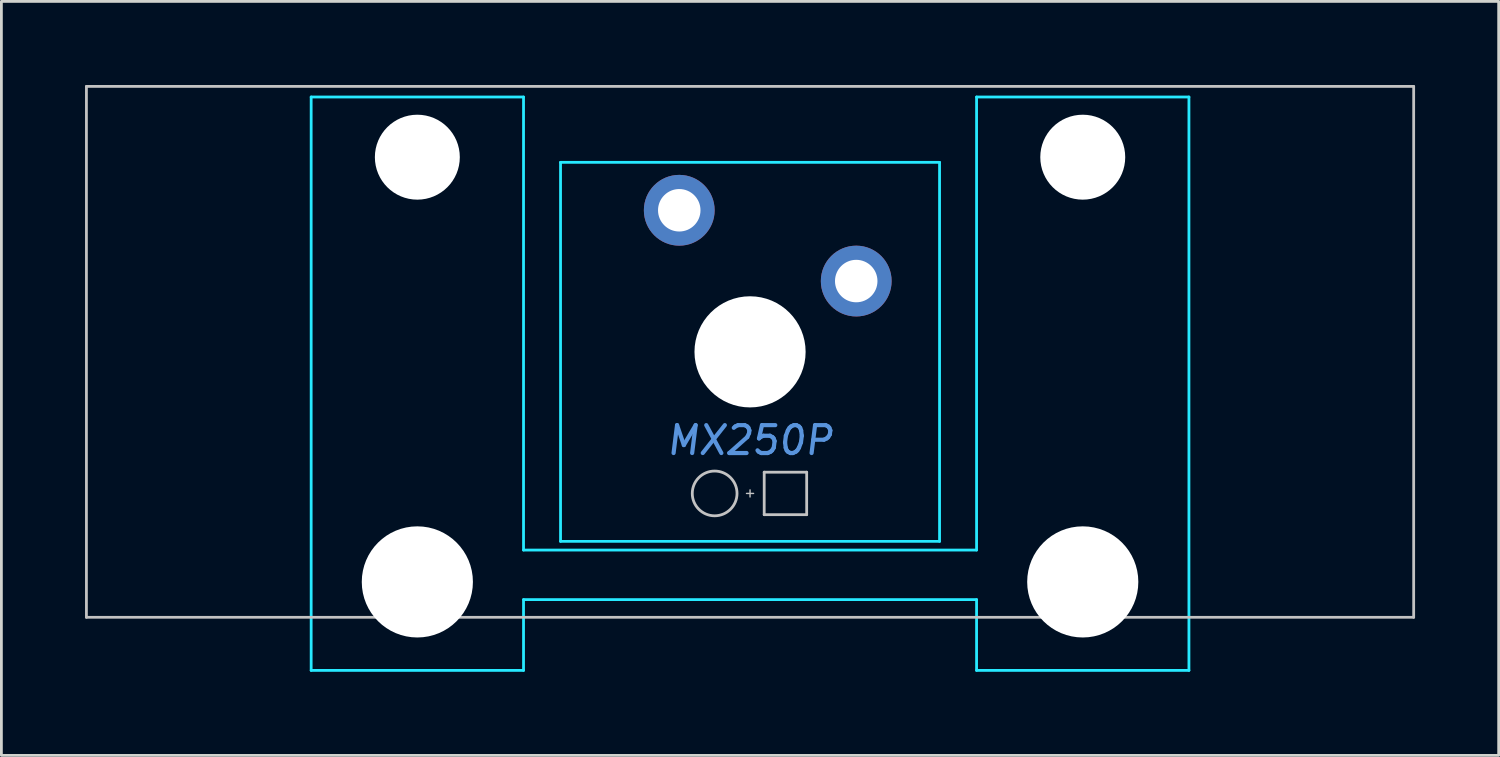
<source format=kicad_pcb>
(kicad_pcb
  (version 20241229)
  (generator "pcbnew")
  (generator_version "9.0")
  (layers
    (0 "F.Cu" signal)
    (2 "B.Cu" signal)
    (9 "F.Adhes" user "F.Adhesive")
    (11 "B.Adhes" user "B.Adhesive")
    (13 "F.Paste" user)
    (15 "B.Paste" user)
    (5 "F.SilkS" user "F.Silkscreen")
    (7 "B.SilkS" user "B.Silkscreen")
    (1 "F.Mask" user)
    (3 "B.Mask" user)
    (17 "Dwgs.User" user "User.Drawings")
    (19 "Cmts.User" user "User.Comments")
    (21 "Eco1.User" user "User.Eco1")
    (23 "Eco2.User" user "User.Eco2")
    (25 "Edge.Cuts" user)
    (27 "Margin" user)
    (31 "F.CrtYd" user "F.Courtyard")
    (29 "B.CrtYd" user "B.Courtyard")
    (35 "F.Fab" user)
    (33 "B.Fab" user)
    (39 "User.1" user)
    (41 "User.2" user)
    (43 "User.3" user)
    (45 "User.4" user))
  (footprint "MX250P"
    (layer "F.Cu")
    (at 23.863 9.575)
    (property "Reference" "MX250P" (at 0 3.175 0) (layer "Cmts.User") (effects (font (size 1 1) (thickness 0.15) (italic yes))))
    (attr through_hole)
    (fp_line (start -23.812 -9.525) (end -23.812 9.525) (stroke (width 0.1) (type solid)) (layer "Dwgs.User"))
    (fp_line (start -23.812 -9.525) (end 23.812 -9.525) (stroke (width 0.1) (type solid)) (layer "Dwgs.User"))
    (fp_line (start -23.812 9.525) (end 23.812 9.525) (stroke (width 0.1) (type solid)) (layer "Dwgs.User"))
    (fp_line (start -0.127 5.08) (end 0.127 5.08) (stroke (width 0.05) (type solid)) (layer "Dwgs.User"))
    (fp_line (start 0 5.207) (end 0 4.953) (stroke (width 0.05) (type solid)) (layer "Dwgs.User"))
    (fp_line (start 0.508 4.318) (end 0.508 5.842) (stroke (width 0.1) (type solid)) (layer "Dwgs.User"))
    (fp_line (start 0.508 4.318) (end 2.032 4.318) (stroke (width 0.1) (type solid)) (layer "Dwgs.User"))
    (fp_line (start 0.508 5.842) (end 2.032 5.842) (stroke (width 0.1) (type solid)) (layer "Dwgs.User"))
    (fp_line (start 2.032 5.842) (end 2.032 4.318) (stroke (width 0.1) (type solid)) (layer "Dwgs.User"))
    (fp_line (start 23.812 -9.525) (end 23.812 9.525) (stroke (width 0.1) (type solid)) (layer "Dwgs.User"))
    (fp_circle (center -1.27 5.08) (end -0.467 5.08) (stroke (width 0.1) (type solid)) (fill no) (layer "Dwgs.User"))
    (fp_line (start -17.17 -0.889) (end -17.17 -2.921) (stroke (width 0.1) (type solid)) (layer "Eco1.User"))
    (fp_line (start -16.789 -3.302) (end -16.535 -3.302) (stroke (width 0.1) (type solid)) (layer "Eco1.User"))
    (fp_line (start -16.535 -0.508) (end -16.789 -0.508) (stroke (width 0.1) (type solid)) (layer "Eco1.User"))
    (fp_line (start -16.154 -3.683) (end -16.154 -5.309) (stroke (width 0.1) (type solid)) (layer "Eco1.User"))
    (fp_line (start -16.154 6.223) (end -16.154 -0.127) (stroke (width 0.1) (type solid)) (layer "Eco1.User"))
    (fp_line (start -15.773 -5.69) (end -9.881 -5.69) (stroke (width 0.1) (type solid)) (layer "Eco1.User"))
    (fp_line (start -14.732 6.604) (end -15.773 6.604) (stroke (width 0.1) (type solid)) (layer "Eco1.User"))
    (fp_line (start -14.351 7.391) (end -14.351 6.985) (stroke (width 0.1) (type solid)) (layer "Eco1.User"))
    (fp_line (start -11.684 7.772) (end -13.97 7.772) (stroke (width 0.1) (type solid)) (layer "Eco1.User"))
    (fp_line (start -11.303 6.985) (end -11.303 7.391) (stroke (width 0.1) (type solid)) (layer "Eco1.User"))
    (fp_line (start -9.881 6.604) (end -10.922 6.604) (stroke (width 0.1) (type solid)) (layer "Eco1.User"))
    (fp_line (start -9.5 -5.309) (end -9.5 -5.258) (stroke (width 0.1) (type solid)) (layer "Eco1.User"))
    (fp_line (start -9.5 6.198) (end -9.5 6.223) (stroke (width 0.1) (type solid)) (layer "Eco1.User"))
    (fp_line (start -9.119 -4.877) (end -7.366 -4.877) (stroke (width 0.1) (type solid)) (layer "Eco1.User"))
    (fp_line (start -7.366 5.817) (end -9.119 5.817) (stroke (width 0.1) (type solid)) (layer "Eco1.User"))
    (fp_line (start -6.985 -5.258) (end -6.985 -6.604) (stroke (width 0.1) (type solid)) (layer "Eco1.User"))
    (fp_line (start -6.985 6.604) (end -6.985 6.197) (stroke (width 0.1) (type solid)) (layer "Eco1.User"))
    (fp_line (start -6.604 -6.985) (end 6.604 -6.985) (stroke (width 0.1) (type solid)) (layer "Eco1.User"))
    (fp_line (start 0 -2.159) (end 0 2.159) (stroke (width 0.1) (type solid)) (layer "Eco1.User"))
    (fp_line (start 2.159 0) (end -2.159 0) (stroke (width 0.1) (type solid)) (layer "Eco1.User"))
    (fp_line (start 6.604 6.985) (end -6.604 6.985) (stroke (width 0.1) (type solid)) (layer "Eco1.User"))
    (fp_line (start 6.985 -5.258) (end 6.985 -6.604) (stroke (width 0.1) (type solid)) (layer "Eco1.User"))
    (fp_line (start 6.985 6.604) (end 6.985 6.197) (stroke (width 0.1) (type solid)) (layer "Eco1.User"))
    (fp_line (start 7.366 5.817) (end 9.119 5.817) (stroke (width 0.1) (type solid)) (layer "Eco1.User"))
    (fp_line (start 9.119 -4.877) (end 7.366 -4.877) (stroke (width 0.1) (type solid)) (layer "Eco1.User"))
    (fp_line (start 9.5 -5.309) (end 9.5 -5.258) (stroke (width 0.1) (type solid)) (layer "Eco1.User"))
    (fp_line (start 9.5 6.198) (end 9.5 6.223) (stroke (width 0.1) (type solid)) (layer "Eco1.User"))
    (fp_line (start 9.881 6.604) (end 10.922 6.604) (stroke (width 0.1) (type solid)) (layer "Eco1.User"))
    (fp_line (start 11.303 6.985) (end 11.303 7.391) (stroke (width 0.1) (type solid)) (layer "Eco1.User"))
    (fp_line (start 11.684 7.772) (end 13.97 7.772) (stroke (width 0.1) (type solid)) (layer "Eco1.User"))
    (fp_line (start 14.351 7.391) (end 14.351 6.985) (stroke (width 0.1) (type solid)) (layer "Eco1.User"))
    (fp_line (start 14.732 6.604) (end 15.773 6.604) (stroke (width 0.1) (type solid)) (layer "Eco1.User"))
    (fp_line (start 15.773 -5.69) (end 9.881 -5.69) (stroke (width 0.1) (type solid)) (layer "Eco1.User"))
    (fp_line (start 16.154 -3.683) (end 16.154 -5.309) (stroke (width 0.1) (type solid)) (layer "Eco1.User"))
    (fp_line (start 16.154 6.223) (end 16.154 -0.127) (stroke (width 0.1) (type solid)) (layer "Eco1.User"))
    (fp_line (start 16.535 -0.508) (end 16.789 -0.508) (stroke (width 0.1) (type solid)) (layer "Eco1.User"))
    (fp_line (start 16.789 -3.302) (end 16.535 -3.302) (stroke (width 0.1) (type solid)) (layer "Eco1.User"))
    (fp_line (start 17.17 -0.889) (end 17.17 -2.921) (stroke (width 0.1) (type solid)) (layer "Eco1.User"))
    (fp_arc (start -17.1704 -2.921) (mid -17.058808 -3.190408) (end -16.7894 -3.302) (stroke (width 0.1) (type solid)) (layer "Eco1.User"))
    (fp_arc (start -16.7894 -0.508) (mid -17.058808 -0.619592) (end -17.1704 -0.889) (stroke (width 0.1) (type solid)) (layer "Eco1.User"))
    (fp_arc (start -16.5354 -0.508) (mid -16.265992 -0.396408) (end -16.1544 -0.127) (stroke (width 0.1) (type solid)) (layer "Eco1.User"))
    (fp_arc (start -16.1544 -5.3086) (mid -16.042808 -5.578008) (end -15.7734 -5.6896) (stroke (width 0.1) (type solid)) (layer "Eco1.User"))
    (fp_arc (start -16.1544 -3.683) (mid -16.265992 -3.413592) (end -16.5354 -3.302) (stroke (width 0.1) (type solid)) (layer "Eco1.User"))
    (fp_arc (start -15.7734 6.604) (mid -16.042808 6.492408) (end -16.1544 6.223) (stroke (width 0.1) (type solid)) (layer "Eco1.User"))
    (fp_arc (start -14.732 6.604) (mid -14.462592 6.715592) (end -14.351 6.985) (stroke (width 0.1) (type solid)) (layer "Eco1.User"))
    (fp_arc (start -13.97 7.7724) (mid -14.239408 7.660808) (end -14.351 7.3914) (stroke (width 0.1) (type solid)) (layer "Eco1.User"))
    (fp_arc (start -11.303 6.985) (mid -11.191408 6.715592) (end -10.922 6.604) (stroke (width 0.1) (type solid)) (layer "Eco1.User"))
    (fp_arc (start -11.303 7.3914) (mid -11.414592 7.660808) (end -11.684 7.7724) (stroke (width 0.1) (type solid)) (layer "Eco1.User"))
    (fp_arc (start -9.8806 -5.6896) (mid -9.611192 -5.578008) (end -9.4996 -5.3086) (stroke (width 0.1) (type solid)) (layer "Eco1.User"))
    (fp_arc (start -9.4996 6.1976) (mid -9.388008 5.928192) (end -9.1186 5.8166) (stroke (width 0.1) (type solid)) (layer "Eco1.User"))
    (fp_arc (start -9.4996 6.223) (mid -9.611192 6.492408) (end -9.8806 6.604) (stroke (width 0.1) (type solid)) (layer "Eco1.User"))
    (fp_arc (start -9.1186 -4.8768) (mid -9.388008 -4.988392) (end -9.4996 -5.2578) (stroke (width 0.1) (type solid)) (layer "Eco1.User"))
    (fp_arc (start -7.366 5.8166) (mid -7.096592 5.928192) (end -6.985 6.1976) (stroke (width 0.1) (type solid)) (layer "Eco1.User"))
    (fp_arc (start -6.985 -6.604) (mid -6.873408 -6.873408) (end -6.604 -6.985) (stroke (width 0.1) (type solid)) (layer "Eco1.User"))
    (fp_arc (start -6.985 -5.2578) (mid -7.096592 -4.988392) (end -7.366 -4.8768) (stroke (width 0.1) (type solid)) (layer "Eco1.User"))
    (fp_arc (start -6.604 6.985) (mid -6.873408 6.873408) (end -6.985 6.604) (stroke (width 0.1) (type solid)) (layer "Eco1.User"))
    (fp_arc (start 6.604 -6.985) (mid 6.873408 -6.873408) (end 6.985 -6.604) (stroke (width 0.1) (type solid)) (layer "Eco1.User"))
    (fp_arc (start 6.985 6.1976) (mid 7.096592 5.928192) (end 7.366 5.8166) (stroke (width 0.1) (type solid)) (layer "Eco1.User"))
    (fp_arc (start 6.985 6.604) (mid 6.873408 6.873408) (end 6.604 6.985) (stroke (width 0.1) (type solid)) (layer "Eco1.User"))
    (fp_arc (start 7.366 -4.8768) (mid 7.096592 -4.988392) (end 6.985 -5.2578) (stroke (width 0.1) (type solid)) (layer "Eco1.User"))
    (fp_arc (start 9.1186 5.8166) (mid 9.388008 5.928192) (end 9.4996 6.1976) (stroke (width 0.1) (type solid)) (layer "Eco1.User"))
    (fp_arc (start 9.4996 -5.3086) (mid 9.611192 -5.578008) (end 9.8806 -5.6896) (stroke (width 0.1) (type solid)) (layer "Eco1.User"))
    (fp_arc (start 9.4996 -5.2578) (mid 9.388008 -4.988392) (end 9.1186 -4.8768) (stroke (width 0.1) (type solid)) (layer "Eco1.User"))
    (fp_arc (start 9.8806 6.604) (mid 9.611192 6.492408) (end 9.4996 6.223) (stroke (width 0.1) (type solid)) (layer "Eco1.User"))
    (fp_arc (start 10.922 6.604) (mid 11.191408 6.715592) (end 11.303 6.985) (stroke (width 0.1) (type solid)) (layer "Eco1.User"))
    (fp_arc (start 11.684 7.7724) (mid 11.414592 7.660808) (end 11.303 7.3914) (stroke (width 0.1) (type solid)) (layer "Eco1.User"))
    (fp_arc (start 14.351 6.985) (mid 14.462592 6.715592) (end 14.732 6.604) (stroke (width 0.1) (type solid)) (layer "Eco1.User"))
    (fp_arc (start 14.351 7.3914) (mid 14.239408 7.660808) (end 13.97 7.7724) (stroke (width 0.1) (type solid)) (layer "Eco1.User"))
    (fp_arc (start 15.7734 -5.6896) (mid 16.042808 -5.578008) (end 16.1544 -5.3086) (stroke (width 0.1) (type solid)) (layer "Eco1.User"))
    (fp_arc (start 16.1544 -0.127) (mid 16.265992 -0.396408) (end 16.5354 -0.508) (stroke (width 0.1) (type solid)) (layer "Eco1.User"))
    (fp_arc (start 16.1544 6.223) (mid 16.042808 6.492408) (end 15.7734 6.604) (stroke (width 0.1) (type solid)) (layer "Eco1.User"))
    (fp_arc (start 16.5354 -3.302) (mid 16.265992 -3.413592) (end 16.1544 -3.683) (stroke (width 0.1) (type solid)) (layer "Eco1.User"))
    (fp_arc (start 16.7894 -3.302) (mid 17.058808 -3.190408) (end 17.1704 -2.921) (stroke (width 0.1) (type solid)) (layer "Eco1.User"))
    (fp_arc (start 17.1704 -0.889) (mid 17.058808 -0.619592) (end 16.7894 -0.508) (stroke (width 0.1) (type solid)) (layer "Eco1.User"))
    (fp_circle (center 0 0) (end 1.994 0) (stroke (width 0.1) (type solid)) (fill no) (layer "Eco1.User"))
    (fp_line (start -15.748 -9.144) (end -8.128 -9.144) (stroke (width 0.1) (type solid)) (layer "B.CrtYd"))
    (fp_line (start -15.748 11.43) (end -15.748 -9.144) (stroke (width 0.1) (type solid)) (layer "B.CrtYd"))
    (fp_line (start -8.128 -9.144) (end -8.128 7.112) (stroke (width 0.1) (type solid)) (layer "B.CrtYd"))
    (fp_line (start -8.128 7.112) (end 8.128 7.112) (stroke (width 0.1) (type solid)) (layer "B.CrtYd"))
    (fp_line (start -8.128 8.89) (end 8.128 8.89) (stroke (width 0.1) (type solid)) (layer "B.CrtYd"))
    (fp_line (start -8.128 11.43) (end -15.748 11.43) (stroke (width 0.1) (type solid)) (layer "B.CrtYd"))
    (fp_line (start -8.128 11.43) (end -8.128 8.89) (stroke (width 0.1) (type solid)) (layer "B.CrtYd"))
    (fp_line (start -6.8 6.8) (end -6.8 -6.8) (stroke (width 0.1) (type solid)) (layer "B.CrtYd"))
    (fp_line (start 6.8 -6.8) (end -6.8 -6.8) (stroke (width 0.1) (type solid)) (layer "B.CrtYd"))
    (fp_line (start 6.8 6.8) (end -6.8 6.8) (stroke (width 0.1) (type solid)) (layer "B.CrtYd"))
    (fp_line (start 6.8 6.8) (end 6.8 -6.8) (stroke (width 0.1) (type solid)) (layer "B.CrtYd"))
    (fp_line (start 8.128 -9.144) (end 8.128 7.112) (stroke (width 0.1) (type solid)) (layer "B.CrtYd"))
    (fp_line (start 8.128 -9.144) (end 15.748 -9.144) (stroke (width 0.1) (type solid)) (layer "B.CrtYd"))
    (fp_line (start 8.128 11.43) (end 8.128 8.89) (stroke (width 0.1) (type solid)) (layer "B.CrtYd"))
    (fp_line (start 15.748 -9.144) (end 15.748 11.43) (stroke (width 0.1) (type solid)) (layer "B.CrtYd"))
    (fp_line (start 15.748 11.43) (end 8.128 11.43) (stroke (width 0.1) (type solid)) (layer "B.CrtYd"))
    (pad "" np_thru_hole circle (at -11.938 -6.985) (size 3.048 3.048) (drill 3.048) (layers "*.Cu" "*.Mask"))
    (pad "" np_thru_hole circle (at -11.938 8.255) (size 3.988 3.988) (drill 3.988) (layers "*.Cu" "*.Mask"))
    (pad "" np_thru_hole circle (at 0 0) (size 3.988 3.988) (drill 3.988) (layers "*.Cu" "*.Mask"))
    (pad "" np_thru_hole circle (at 11.938 -6.985) (size 3.048 3.048) (drill 3.048) (layers "*.Cu" "*.Mask"))
    (pad "" np_thru_hole circle (at 11.938 8.255) (size 3.988 3.988) (drill 3.988) (layers "*.Cu" "*.Mask"))
    (pad "1" thru_hole circle (at -2.54 -5.08) (size 2.54 2.54) (drill 1.524) (layers "*.Cu" "*.Mask"))
    (pad "2" thru_hole circle (at 3.81 -2.54) (size 2.54 2.54) (drill 1.524) (layers "*.Cu" "*.Mask")))
  (gr_rect
    (start -3 -3)
    (end 50.725 24.055)
    (stroke (width 0.1) (type default))
    (fill no)
    (layer "Edge.Cuts")))
</source>
